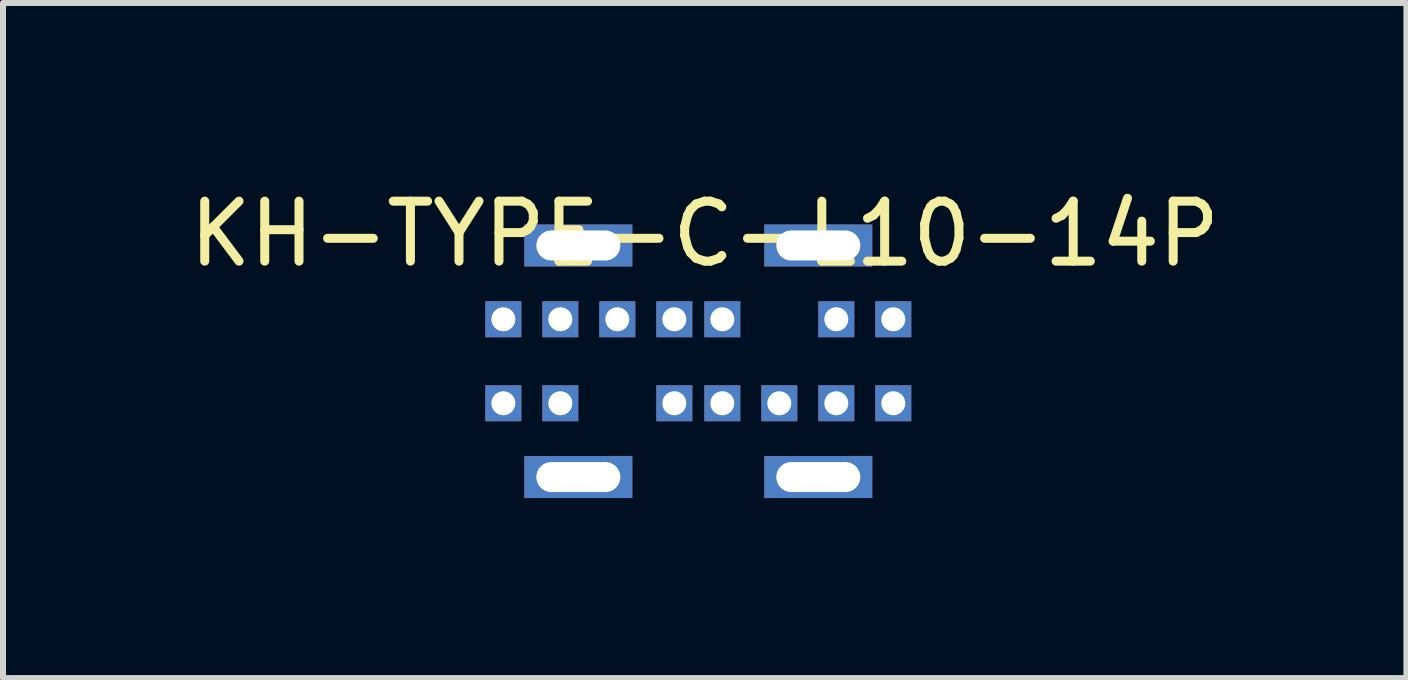
<source format=kicad_pcb>
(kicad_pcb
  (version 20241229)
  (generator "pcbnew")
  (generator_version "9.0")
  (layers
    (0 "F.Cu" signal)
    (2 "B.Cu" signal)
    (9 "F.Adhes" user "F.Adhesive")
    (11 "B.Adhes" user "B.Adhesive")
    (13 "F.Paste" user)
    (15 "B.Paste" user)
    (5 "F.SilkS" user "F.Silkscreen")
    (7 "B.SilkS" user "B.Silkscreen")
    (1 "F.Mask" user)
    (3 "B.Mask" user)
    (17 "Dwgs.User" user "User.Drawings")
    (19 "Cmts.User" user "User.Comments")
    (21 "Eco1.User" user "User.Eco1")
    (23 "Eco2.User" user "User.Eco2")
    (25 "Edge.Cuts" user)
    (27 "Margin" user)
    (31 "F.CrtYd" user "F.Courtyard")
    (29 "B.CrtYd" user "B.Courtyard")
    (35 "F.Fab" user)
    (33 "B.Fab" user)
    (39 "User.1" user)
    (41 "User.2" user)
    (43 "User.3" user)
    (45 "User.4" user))
  (footprint "KH-TYPE-C-L10-14P"
    (layer "F.Cu")
    (at 8.59 2.972)
    (property "Reference" "KH-TYPE-C-L10-14P" (at 0.106 -2.124 0) (unlocked yes) (layer "F.SilkS") (effects (font (size 1 1) (thickness 0.15))))
    (attr through_hole)
    (pad "1" thru_hole rect (at -3.25 -0.7) (size 0.6 0.6) (drill 0.4) (layers "*.Cu" "*.Mask"))
    (pad "1" thru_hole rect (at -3.25 0.7) (size 0.6 0.6) (drill 0.4) (layers "*.Cu" "*.Mask"))
    (pad "1" thru_hole rect (at -2 -1.93) (size 1.8 0.7) (drill oval 1.4 0.5) (layers "*.Cu" "*.Mask"))
    (pad "1" thru_hole rect (at 3.25 -0.7) (size 0.6 0.6) (drill 0.4) (layers "*.Cu" "*.Mask"))
    (pad "2" thru_hole rect (at -2.3 -0.7) (size 0.6 0.6) (drill 0.4) (layers "*.Cu" "*.Mask"))
    (pad "2" thru_hole rect (at -2.3 0.7) (size 0.6 0.6) (drill 0.4) (layers "*.Cu" "*.Mask"))
    (pad "2" thru_hole rect (at 2 -1.93) (size 1.8 0.7) (drill oval 1.4 0.5) (layers "*.Cu" "*.Mask"))
    (pad "2" thru_hole rect (at 2.3 -0.7) (size 0.6 0.6) (drill 0.4) (layers "*.Cu" "*.Mask"))
    (pad "3" thru_hole rect (at -2 1.93) (size 1.8 0.7) (drill oval 1.4 0.5) (layers "*.Cu" "*.Mask"))
    (pad "3" thru_hole rect (at -1.35 -0.7) (size 0.6 0.6) (drill 0.4) (layers "*.Cu" "*.Mask"))
    (pad "4" thru_hole rect (at -0.4 -0.7) (size 0.6 0.6) (drill 0.4) (layers "*.Cu" "*.Mask"))
    (pad "4" thru_hole rect (at -0.4 0.7) (size 0.6 0.6) (drill 0.4) (layers "*.Cu" "*.Mask"))
    (pad "4" thru_hole rect (at 0.4 -0.7) (size 0.6 0.6) (drill 0.4) (layers "*.Cu" "*.Mask"))
    (pad "4" thru_hole rect (at 2 1.93) (size 1.8 0.7) (drill oval 1.4 0.5) (layers "*.Cu" "*.Mask"))
    (pad "5" thru_hole rect (at 3.25 0.7) (size 0.6 0.6) (drill 0.4) (layers "*.Cu" "*.Mask"))
    (pad "6" thru_hole rect (at 2.3 0.7) (size 0.6 0.6) (drill 0.4) (layers "*.Cu" "*.Mask"))
    (pad "7" thru_hole rect (at 1.35 0.7) (size 0.6 0.6) (drill 0.4) (layers "*.Cu" "*.Mask"))
    (pad "8" thru_hole rect (at 0.4 0.7) (size 0.6 0.6) (drill 0.4) (layers "*.Cu" "*.Mask")))
  (gr_rect
    (start -3 -3)
    (end 20.393 8.252)
    (stroke (width 0.1) (type default))
    (fill no)
    (layer "Edge.Cuts")))
</source>
